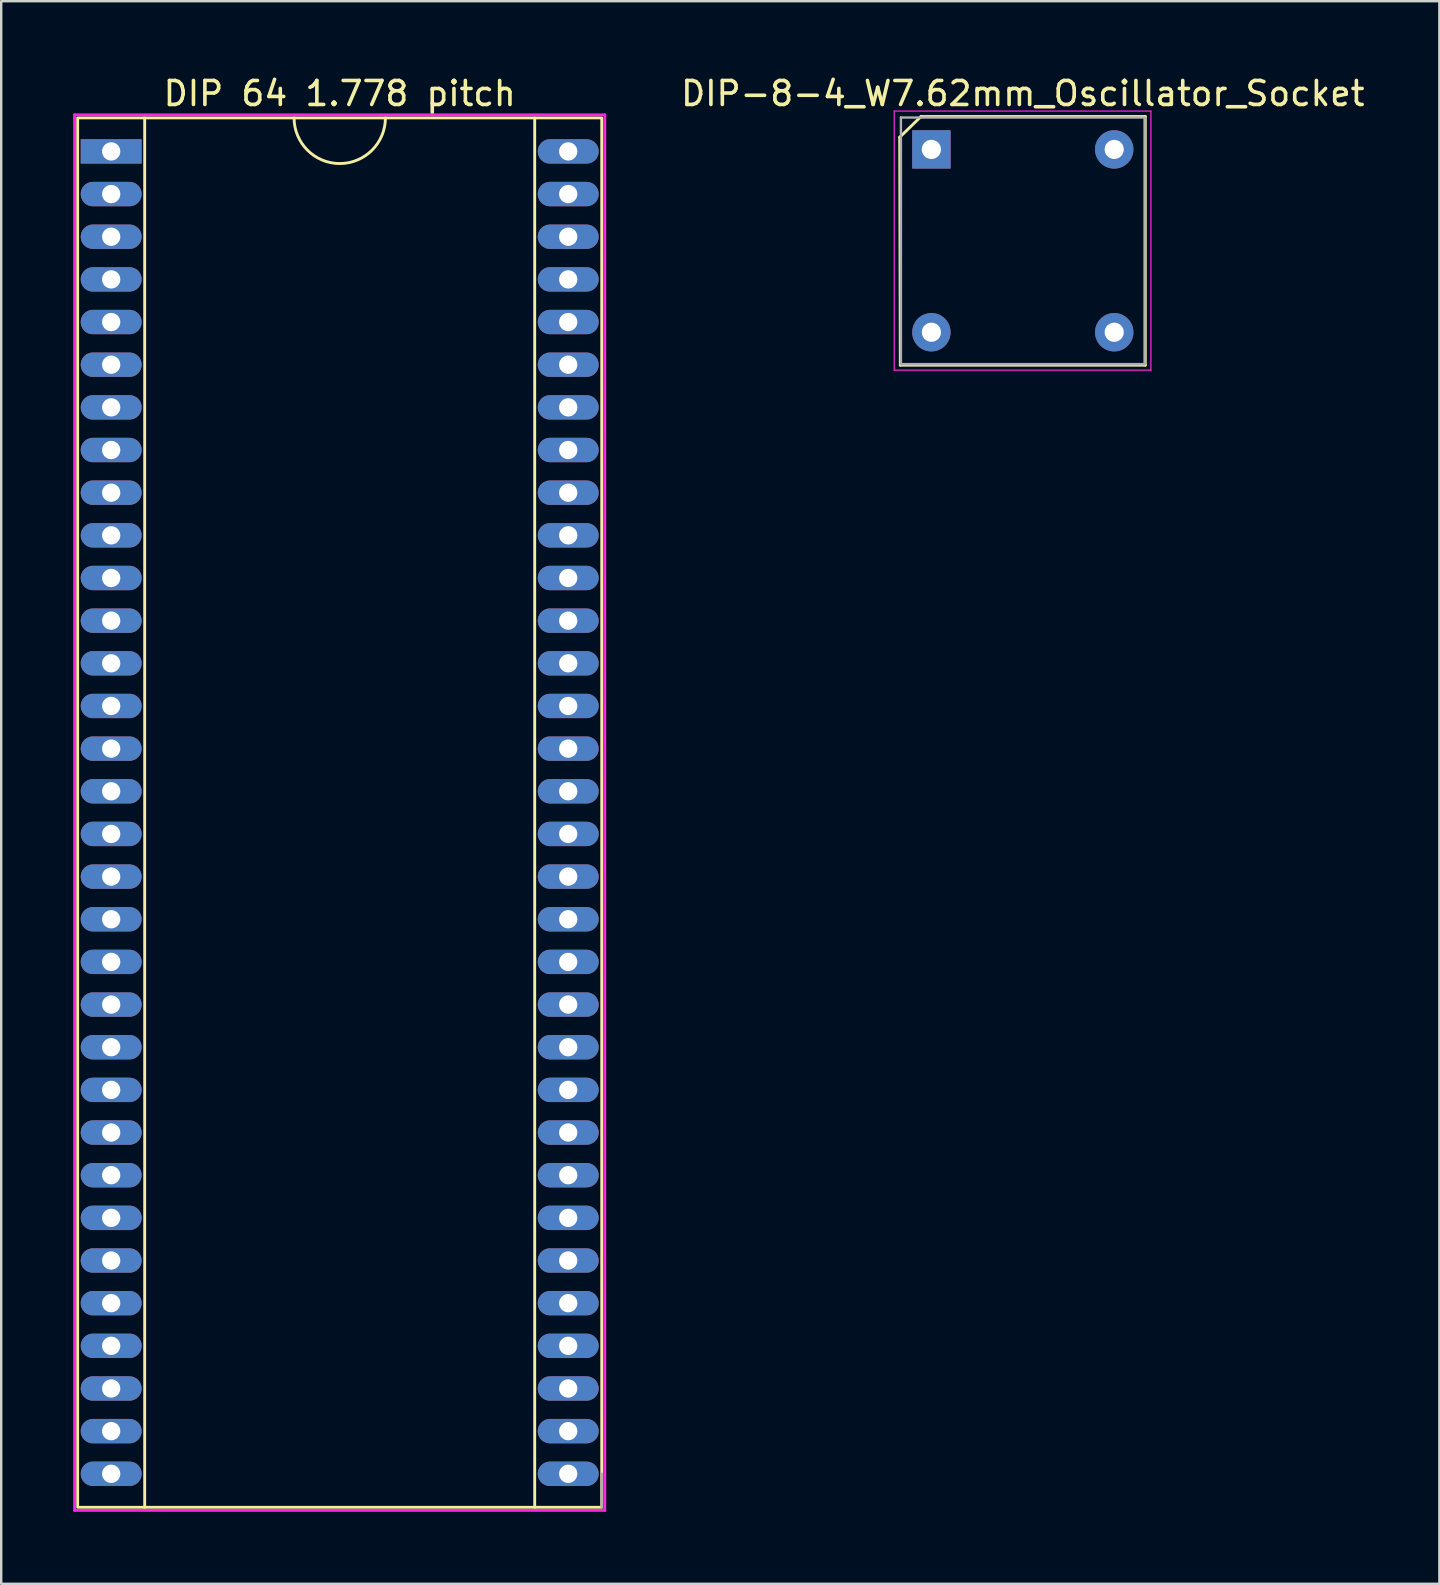
<source format=kicad_pcb>
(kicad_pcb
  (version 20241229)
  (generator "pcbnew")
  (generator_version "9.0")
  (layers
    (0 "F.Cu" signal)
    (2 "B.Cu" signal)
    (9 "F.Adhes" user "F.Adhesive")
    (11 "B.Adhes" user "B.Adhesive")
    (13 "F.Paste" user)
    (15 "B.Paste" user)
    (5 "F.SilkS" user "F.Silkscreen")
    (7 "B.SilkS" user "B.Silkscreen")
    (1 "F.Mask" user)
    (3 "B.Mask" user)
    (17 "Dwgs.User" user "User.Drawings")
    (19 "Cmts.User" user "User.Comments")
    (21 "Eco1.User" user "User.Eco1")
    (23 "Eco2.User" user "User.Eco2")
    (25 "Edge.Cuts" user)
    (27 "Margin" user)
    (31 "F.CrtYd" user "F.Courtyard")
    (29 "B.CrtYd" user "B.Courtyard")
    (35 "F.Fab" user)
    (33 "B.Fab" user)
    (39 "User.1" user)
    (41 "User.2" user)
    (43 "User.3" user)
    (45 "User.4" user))
  (footprint "DIP-8-4_W7.62mm_Oscillator_Socket"
    (layer "F.Cu")
    (at 35.771 3.178)
    (property "Reference" "DIP-8-4_W7.62mm_Oscillator_Socket" (at 3.81 -2.33 0) (layer "F.SilkS") (effects (font (size 1 1) (thickness 0.15))))
    (attr through_hole)
    (fp_line (start -1.321 -0.508) (end -1.295 8.992) (stroke (width 0.12) (type solid)) (layer "F.SilkS"))
    (fp_line (start -1.321 -0.508) (end -0.432 -1.372) (stroke (width 0.12) (type default)) (layer "F.SilkS"))
    (fp_line (start -1.295 8.992) (end 8.915 8.992) (stroke (width 0.12) (type solid)) (layer "F.SilkS"))
    (fp_line (start 8.915 -1.372) (end -0.432 -1.372) (stroke (width 0.12) (type solid)) (layer "F.SilkS"))
    (fp_line (start 8.915 8.992) (end 8.915 -1.372) (stroke (width 0.12) (type solid)) (layer "F.SilkS"))
    (fp_line (start -1.55 -1.6) (end -1.55 9.2) (stroke (width 0.05) (type solid)) (layer "F.CrtYd"))
    (fp_line (start -1.55 9.2) (end 9.15 9.2) (stroke (width 0.05) (type solid)) (layer "F.CrtYd"))
    (fp_line (start 9.15 -1.6) (end -1.55 -1.6) (stroke (width 0.05) (type solid)) (layer "F.CrtYd"))
    (fp_line (start 9.15 9.2) (end 9.15 -1.6) (stroke (width 0.05) (type solid)) (layer "F.CrtYd"))
    (fp_line (start -1.27 -1.33) (end -1.27 8.95) (stroke (width 0.1) (type solid)) (layer "F.Fab"))
    (fp_line (start -1.27 8.95) (end 8.89 8.95) (stroke (width 0.1) (type solid)) (layer "F.Fab"))
    (fp_line (start 8.89 -1.33) (end -1.27 -1.33) (stroke (width 0.1) (type solid)) (layer "F.Fab"))
    (fp_line (start 8.89 8.95) (end 8.89 -1.33) (stroke (width 0.1) (type solid)) (layer "F.Fab"))
    (pad "1" thru_hole rect (at 0 0) (size 1.6 1.6) (drill 0.8) (layers "*.Cu" "*.Mask"))
    (pad "4" thru_hole oval (at 0 7.62) (size 1.6 1.6) (drill 0.8) (layers "*.Cu" "*.Mask"))
    (pad "5" thru_hole oval (at 7.62 7.62) (size 1.6 1.6) (drill 0.8) (layers "*.Cu" "*.Mask"))
    (pad "8" thru_hole oval (at 7.62 0) (size 1.6 1.6) (drill 0.8) (layers "*.Cu" "*.Mask")))
  (footprint "DIP 64 1.778 pitch"
    (layer "F.Cu")
    (at 1.584 3.261)
    (property "Reference" "DIP 64 1.778 pitch" (at 9.525 -2.413 0) (unlocked yes) (layer "F.SilkS") (effects (font (size 1 1) (thickness 0.15))))
    (attr through_hole)
    (fp_line (start 1.397 -1.397) (end 1.397 56.515) (stroke (width 0.12) (type solid)) (layer "F.SilkS"))
    (fp_line (start 17.653 56.515) (end 17.653 -1.397) (stroke (width 0.12) (type solid)) (layer "F.SilkS"))
    (fp_rect (start 20.447 56.515) (end -1.397 -1.397) (stroke (width 0.12) (type solid)) (fill no) (layer "F.SilkS"))
    (fp_arc (start 11.43 -1.397) (mid 9.526855 0.506145) (end 7.62371 -1.397) (stroke (width 0.12) (type solid)) (layer "F.SilkS"))
    (fp_line (start -1.524 -1.524) (end 20.574 -1.524) (stroke (width 0.12) (type solid)) (layer "F.CrtYd"))
    (fp_line (start -1.524 56.642) (end -1.524 -1.524) (stroke (width 0.12) (type solid)) (layer "F.CrtYd"))
    (fp_line (start 20.574 -1.524) (end 20.574 56.642) (stroke (width 0.12) (type solid)) (layer "F.CrtYd"))
    (fp_line (start 20.574 56.642) (end -1.524 56.642) (stroke (width 0.12) (type solid)) (layer "F.CrtYd"))
    (fp_line (start 20.447 55.118) (end 20.447 56.515) (stroke (width 0.1) (type solid)) (layer "F.Fab"))
    (pad "1" thru_hole rect (at 0 0) (size 2.54 1.016) (drill 0.762) (layers "*.Cu" "*.Mask"))
    (pad "2" thru_hole oval (at 0 1.778) (size 2.54 1.016) (drill 0.762) (layers "*.Cu" "*.Mask"))
    (pad "3" thru_hole oval (at 0 3.556) (size 2.54 1.016) (drill 0.762) (layers "*.Cu" "*.Mask"))
    (pad "4" thru_hole oval (at 0 5.334) (size 2.54 1.016) (drill 0.762) (layers "*.Cu" "*.Mask"))
    (pad "5" thru_hole oval (at 0 7.112) (size 2.54 1.016) (drill 0.762) (layers "*.Cu" "*.Mask"))
    (pad "6" thru_hole oval (at 0 8.89) (size 2.54 1.016) (drill 0.762) (layers "*.Cu" "*.Mask"))
    (pad "7" thru_hole oval (at 0 10.668) (size 2.54 1.016) (drill 0.762) (layers "*.Cu" "*.Mask"))
    (pad "8" thru_hole oval (at 0 12.446) (size 2.54 1.016) (drill 0.762) (layers "*.Cu" "*.Mask"))
    (pad "9" thru_hole oval (at 0 14.224) (size 2.54 1.016) (drill 0.762) (layers "*.Cu" "*.Mask"))
    (pad "10" thru_hole oval (at 0 16.002) (size 2.54 1.016) (drill 0.762) (layers "*.Cu" "*.Mask"))
    (pad "11" thru_hole oval (at 0 17.78) (size 2.54 1.016) (drill 0.762) (layers "*.Cu" "*.Mask"))
    (pad "12" thru_hole oval (at 0 19.558) (size 2.54 1.016) (drill 0.762) (layers "*.Cu" "*.Mask"))
    (pad "13" thru_hole oval (at 0 21.336) (size 2.54 1.016) (drill 0.762) (layers "*.Cu" "*.Mask"))
    (pad "14" thru_hole oval (at 0 23.114) (size 2.54 1.016) (drill 0.762) (layers "*.Cu" "*.Mask"))
    (pad "15" thru_hole oval (at 0 24.892) (size 2.54 1.016) (drill 0.762) (layers "*.Cu" "*.Mask"))
    (pad "16" thru_hole oval (at 0 26.67) (size 2.54 1.016) (drill 0.762) (layers "*.Cu" "*.Mask"))
    (pad "17" thru_hole oval (at 0 28.448) (size 2.54 1.016) (drill 0.762) (layers "*.Cu" "*.Mask"))
    (pad "18" thru_hole oval (at 0 30.226) (size 2.54 1.016) (drill 0.762) (layers "*.Cu" "*.Mask"))
    (pad "19" thru_hole oval (at 0 32.004) (size 2.54 1.016) (drill 0.762) (layers "*.Cu" "*.Mask"))
    (pad "20" thru_hole oval (at 0 33.782) (size 2.54 1.016) (drill 0.762) (layers "*.Cu" "*.Mask"))
    (pad "21" thru_hole oval (at 0 35.56) (size 2.54 1.016) (drill 0.762) (layers "*.Cu" "*.Mask"))
    (pad "22" thru_hole oval (at 0 37.338) (size 2.54 1.016) (drill 0.762) (layers "*.Cu" "*.Mask"))
    (pad "23" thru_hole oval (at 0 39.116) (size 2.54 1.016) (drill 0.762) (layers "*.Cu" "*.Mask"))
    (pad "24" thru_hole oval (at 0 40.894) (size 2.54 1.016) (drill 0.762) (layers "*.Cu" "*.Mask"))
    (pad "25" thru_hole oval (at 0 42.672) (size 2.54 1.016) (drill 0.762) (layers "*.Cu" "*.Mask"))
    (pad "26" thru_hole oval (at 0 44.45) (size 2.54 1.016) (drill 0.762) (layers "*.Cu" "*.Mask"))
    (pad "27" thru_hole oval (at 0 46.228) (size 2.54 1.016) (drill 0.762) (layers "*.Cu" "*.Mask"))
    (pad "28" thru_hole oval (at 0 48.006) (size 2.54 1.016) (drill 0.762) (layers "*.Cu" "*.Mask"))
    (pad "29" thru_hole oval (at 0 49.784) (size 2.54 1.016) (drill 0.762) (layers "*.Cu" "*.Mask"))
    (pad "30" thru_hole oval (at 0 51.562) (size 2.54 1.016) (drill 0.762) (layers "*.Cu" "*.Mask"))
    (pad "31" thru_hole oval (at 0 53.34) (size 2.54 1.016) (drill 0.762) (layers "*.Cu" "*.Mask"))
    (pad "32" thru_hole oval (at 0 55.118) (size 2.54 1.016) (drill 0.762) (layers "*.Cu" "*.Mask"))
    (pad "33" thru_hole oval (at 19.05 55.118) (size 2.54 1.016) (drill 0.762) (layers "*.Cu" "*.Mask"))
    (pad "34" thru_hole oval (at 19.05 53.34) (size 2.54 1.016) (drill 0.762) (layers "*.Cu" "*.Mask"))
    (pad "35" thru_hole oval (at 19.05 51.562) (size 2.54 1.016) (drill 0.762) (layers "*.Cu" "*.Mask"))
    (pad "36" thru_hole oval (at 19.05 49.784) (size 2.54 1.016) (drill 0.762) (layers "*.Cu" "*.Mask"))
    (pad "37" thru_hole oval (at 19.05 48.006) (size 2.54 1.016) (drill 0.762) (layers "*.Cu" "*.Mask"))
    (pad "38" thru_hole oval (at 19.05 46.228) (size 2.54 1.016) (drill 0.762) (layers "*.Cu" "*.Mask"))
    (pad "39" thru_hole oval (at 19.05 44.45) (size 2.54 1.016) (drill 0.762) (layers "*.Cu" "*.Mask"))
    (pad "40" thru_hole oval (at 19.05 42.672) (size 2.54 1.016) (drill 0.762) (layers "*.Cu" "*.Mask"))
    (pad "41" thru_hole oval (at 19.05 40.894) (size 2.54 1.016) (drill 0.762) (layers "*.Cu" "*.Mask"))
    (pad "42" thru_hole oval (at 19.05 39.116) (size 2.54 1.016) (drill 0.762) (layers "*.Cu" "*.Mask"))
    (pad "43" thru_hole oval (at 19.05 37.338) (size 2.54 1.016) (drill 0.762) (layers "*.Cu" "*.Mask"))
    (pad "44" thru_hole oval (at 19.05 35.56) (size 2.54 1.016) (drill 0.762) (layers "*.Cu" "*.Mask"))
    (pad "45" thru_hole oval (at 19.05 33.782) (size 2.54 1.016) (drill 0.762) (layers "*.Cu" "*.Mask"))
    (pad "46" thru_hole oval (at 19.05 32.004) (size 2.54 1.016) (drill 0.762) (layers "*.Cu" "*.Mask"))
    (pad "47" thru_hole oval (at 19.05 30.226) (size 2.54 1.016) (drill 0.762) (layers "*.Cu" "*.Mask"))
    (pad "48" thru_hole oval (at 19.05 28.448) (size 2.54 1.016) (drill 0.762) (layers "*.Cu" "*.Mask"))
    (pad "49" thru_hole oval (at 19.05 26.67) (size 2.54 1.016) (drill 0.762) (layers "*.Cu" "*.Mask"))
    (pad "50" thru_hole oval (at 19.05 24.892) (size 2.54 1.016) (drill 0.762) (layers "*.Cu" "*.Mask"))
    (pad "51" thru_hole oval (at 19.05 23.114) (size 2.54 1.016) (drill 0.762) (layers "*.Cu" "*.Mask"))
    (pad "52" thru_hole oval (at 19.05 21.336) (size 2.54 1.016) (drill 0.762) (layers "*.Cu" "*.Mask"))
    (pad "53" thru_hole oval (at 19.05 19.558) (size 2.54 1.016) (drill 0.762) (layers "*.Cu" "*.Mask"))
    (pad "54" thru_hole oval (at 19.05 17.78) (size 2.54 1.016) (drill 0.762) (layers "*.Cu" "*.Mask"))
    (pad "55" thru_hole oval (at 19.05 16.002) (size 2.54 1.016) (drill 0.762) (layers "*.Cu" "*.Mask"))
    (pad "56" thru_hole oval (at 19.05 14.224) (size 2.54 1.016) (drill 0.762) (layers "*.Cu" "*.Mask"))
    (pad "57" thru_hole oval (at 19.05 12.446) (size 2.54 1.016) (drill 0.762) (layers "*.Cu" "*.Mask"))
    (pad "58" thru_hole oval (at 19.05 10.668) (size 2.54 1.016) (drill 0.762) (layers "*.Cu" "*.Mask"))
    (pad "59" thru_hole oval (at 19.05 8.89) (size 2.54 1.016) (drill 0.762) (layers "*.Cu" "*.Mask"))
    (pad "60" thru_hole oval (at 19.05 7.112) (size 2.54 1.016) (drill 0.762) (layers "*.Cu" "*.Mask"))
    (pad "61" thru_hole oval (at 19.05 5.334) (size 2.54 1.016) (drill 0.762) (layers "*.Cu" "*.Mask"))
    (pad "62" thru_hole oval (at 19.05 3.556) (size 2.54 1.016) (drill 0.762) (layers "*.Cu" "*.Mask"))
    (pad "63" thru_hole oval (at 19.05 1.778) (size 2.54 1.016) (drill 0.762) (layers "*.Cu" "*.Mask"))
    (pad "64" thru_hole oval (at 19.05 0) (size 2.54 1.016) (drill 0.762) (layers "*.Cu" "*.Mask")))
  (gr_rect
    (start -3 -3)
    (end 56.944 62.963)
    (stroke (width 0.1) (type default))
    (fill no)
    (layer "Edge.Cuts")))
</source>
